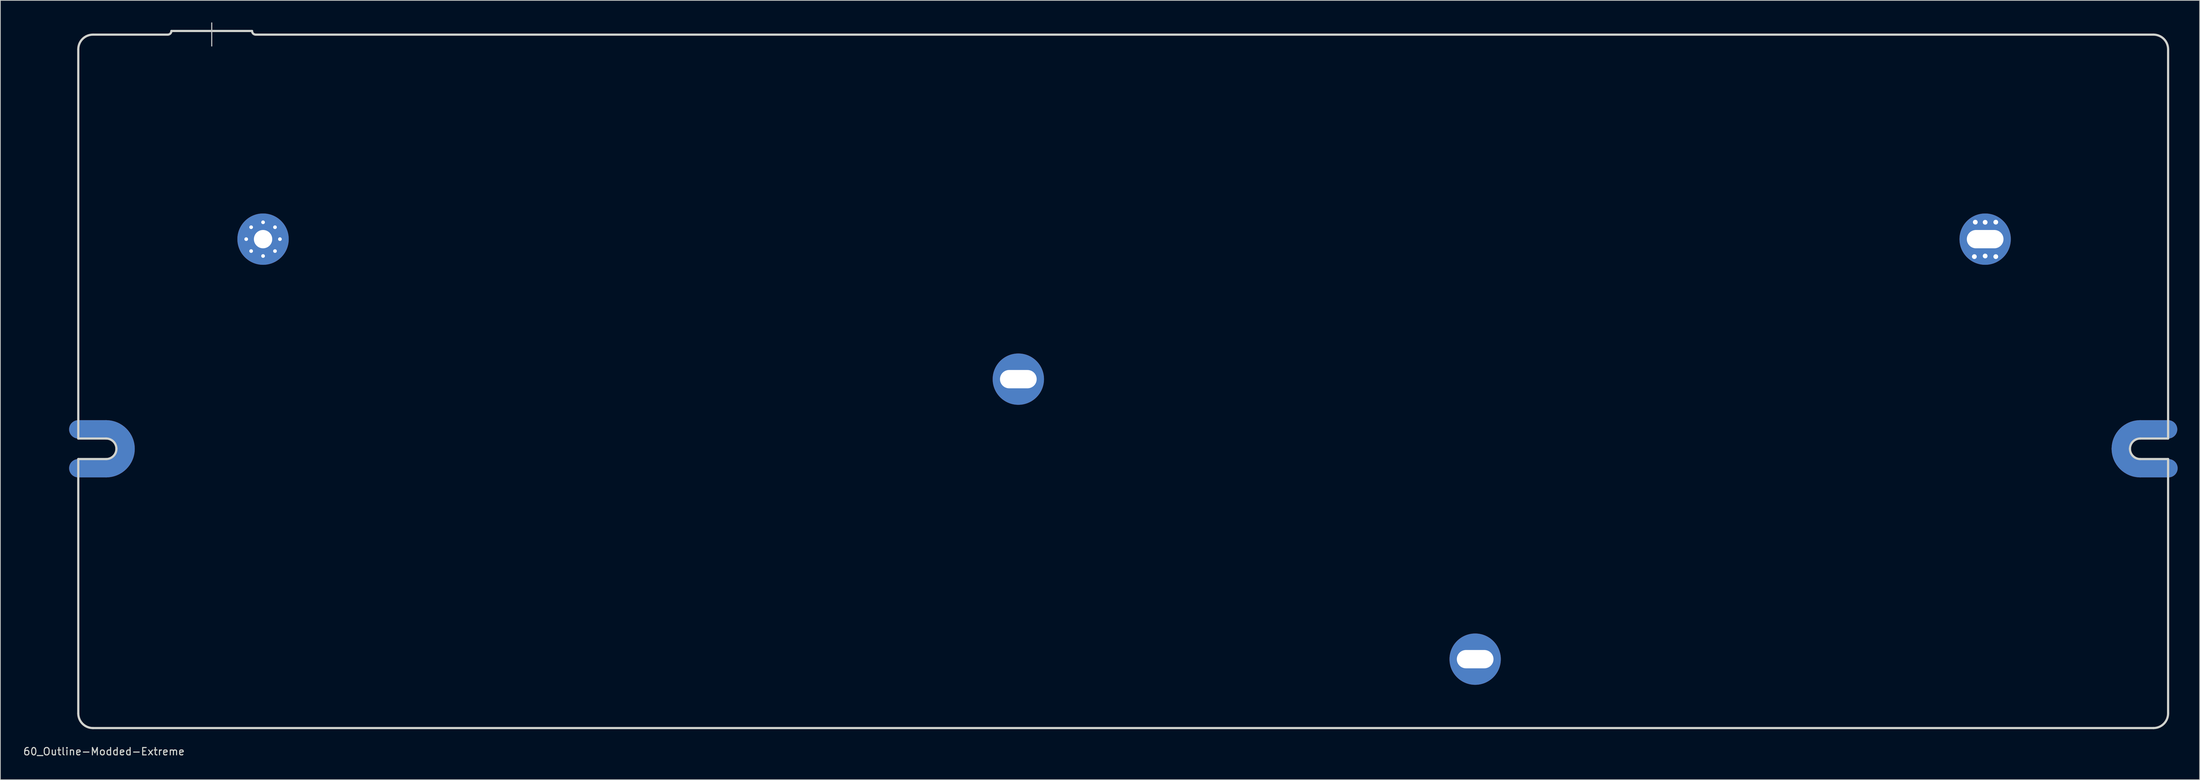
<source format=kicad_pcb>
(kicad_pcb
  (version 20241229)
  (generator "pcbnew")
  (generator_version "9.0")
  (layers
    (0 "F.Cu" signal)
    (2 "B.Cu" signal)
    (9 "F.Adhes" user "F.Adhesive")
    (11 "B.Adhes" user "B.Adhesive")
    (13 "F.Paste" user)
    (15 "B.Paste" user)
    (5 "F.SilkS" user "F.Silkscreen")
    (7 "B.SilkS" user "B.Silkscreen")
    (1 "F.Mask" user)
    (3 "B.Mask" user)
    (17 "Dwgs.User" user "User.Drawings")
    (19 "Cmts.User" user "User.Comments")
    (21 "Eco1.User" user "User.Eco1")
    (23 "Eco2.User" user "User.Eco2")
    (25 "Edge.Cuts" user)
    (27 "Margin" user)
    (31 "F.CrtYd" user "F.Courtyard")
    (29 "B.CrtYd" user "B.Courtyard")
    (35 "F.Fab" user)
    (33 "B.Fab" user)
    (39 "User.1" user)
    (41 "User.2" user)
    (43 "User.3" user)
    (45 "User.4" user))
  (footprint "60_Outline-Modded-Extreme"
    (layer "F.Cu")
    (at 150.125 48.975)
    (property "Reference" "60_Outline-Modded-Extreme" (at -139 50.5 0) (layer "Edge.Cuts") (effects (font (size 1 1) (thickness 0.15))))
    (attr through_hole)
    (fp_line (start -142.5 6.549) (end -138.7 6.549) (stroke (width 2.502) (type solid)) (layer "F.Cu"))
    (fp_line (start -142.5 11.851) (end -138.7 11.851) (stroke (width 2.502) (type solid)) (layer "F.Cu"))
    (fp_line (start 138.7 6.549) (end 142.5 6.549) (stroke (width 2.502) (type solid)) (layer "F.Cu"))
    (fp_line (start 138.7 11.851) (end 142.55 11.851) (stroke (width 2.502) (type solid)) (layer "F.Cu"))
    (fp_arc (start -138.7 6.54905) (mid -136.825495 7.325495) (end -136.04905 9.2) (stroke (width 2.5019) (type solid)) (layer "F.Cu"))
    (fp_arc (start -136.04905 9.2) (mid -136.825495 11.074505) (end -138.7 11.85095) (stroke (width 2.5019) (type solid)) (layer "F.Cu"))
    (fp_arc (start 136.04905 9.2) (mid 136.825495 7.325495) (end 138.7 6.54905) (stroke (width 2.5019) (type solid)) (layer "F.Cu"))
    (fp_arc (start 138.7 11.85095) (mid 136.825495 11.074505) (end 136.04905 9.2) (stroke (width 2.5019) (type solid)) (layer "F.Cu"))
    (fp_line (start -142.5 6.549) (end -138.7 6.549) (stroke (width 2.502) (type solid)) (layer "F.Mask"))
    (fp_line (start -142.5 11.851) (end -138.7 11.851) (stroke (width 2.502) (type solid)) (layer "F.Mask"))
    (fp_line (start 138.7 6.549) (end 142.5 6.549) (stroke (width 2.502) (type solid)) (layer "F.Mask"))
    (fp_line (start 138.7 11.851) (end 142.55 11.851) (stroke (width 2.502) (type solid)) (layer "F.Mask"))
    (fp_arc (start -138.7 6.54905) (mid -136.825495 7.325495) (end -136.04905 9.2) (stroke (width 2.5019) (type solid)) (layer "F.Mask"))
    (fp_arc (start -136.04905 9.2) (mid -136.825495 11.074505) (end -138.7 11.85095) (stroke (width 2.5019) (type solid)) (layer "F.Mask"))
    (fp_arc (start 136.04905 9.2) (mid 136.825495 7.325495) (end 138.7 6.54905) (stroke (width 2.5019) (type solid)) (layer "F.Mask"))
    (fp_arc (start 138.7 11.85095) (mid 136.825495 11.074505) (end 136.04905 9.2) (stroke (width 2.5019) (type solid)) (layer "F.Mask"))
    (fp_line (start -142.5 6.549) (end -138.7 6.549) (stroke (width 2.502) (type solid)) (layer "B.Cu"))
    (fp_line (start -142.5 11.851) (end -138.7 11.851) (stroke (width 2.502) (type solid)) (layer "B.Cu"))
    (fp_line (start 138.7 6.549) (end 142.5 6.549) (stroke (width 2.502) (type solid)) (layer "B.Cu"))
    (fp_line (start 138.7 11.851) (end 142.55 11.851) (stroke (width 2.502) (type solid)) (layer "B.Cu"))
    (fp_arc (start -138.7 6.54905) (mid -136.825495 7.325495) (end -136.04905 9.2) (stroke (width 2.5019) (type solid)) (layer "B.Cu"))
    (fp_arc (start -136.04905 9.2) (mid -136.825495 11.074505) (end -138.7 11.85095) (stroke (width 2.5019) (type solid)) (layer "B.Cu"))
    (fp_arc (start 136.04905 9.2) (mid 136.825495 7.325495) (end 138.7 6.54905) (stroke (width 2.5019) (type solid)) (layer "B.Cu"))
    (fp_arc (start 138.7 11.85095) (mid 136.825495 11.074505) (end 136.04905 9.2) (stroke (width 2.5019) (type solid)) (layer "B.Cu"))
    (fp_line (start -142.5 6.549) (end -138.7 6.549) (stroke (width 2.502) (type solid)) (layer "B.Mask"))
    (fp_line (start -142.5 11.851) (end -138.7 11.851) (stroke (width 2.502) (type solid)) (layer "B.Mask"))
    (fp_line (start 138.7 6.549) (end 142.5 6.549) (stroke (width 2.502) (type solid)) (layer "B.Mask"))
    (fp_line (start 138.7 11.851) (end 142.55 11.851) (stroke (width 2.502) (type solid)) (layer "B.Mask"))
    (fp_arc (start -138.7 6.54905) (mid -136.825495 7.325495) (end -136.04905 9.2) (stroke (width 2.5019) (type solid)) (layer "B.Mask"))
    (fp_arc (start -136.04905 9.2) (mid -136.825495 11.074505) (end -138.7 11.85095) (stroke (width 2.5019) (type solid)) (layer "B.Mask"))
    (fp_arc (start 136.04905 9.2) (mid 136.825495 7.325495) (end 138.7 6.54905) (stroke (width 2.5019) (type solid)) (layer "B.Mask"))
    (fp_arc (start 138.7 11.85095) (mid 136.825495 11.074505) (end 136.04905 9.2) (stroke (width 2.5019) (type solid)) (layer "B.Mask"))
    (fp_line (start -124.3 -48.9) (end -124.3 -45.75) (stroke (width 0.15) (type solid)) (layer "Dwgs.User"))
    (fp_line (start -142.5 7.8) (end -142.5 -45.3) (stroke (width 0.3) (type solid)) (layer "Edge.Cuts"))
    (fp_line (start -142.5 10.6) (end -138.7 10.6) (stroke (width 0.3) (type solid)) (layer "Edge.Cuts"))
    (fp_line (start -142.5 45.3) (end -142.5 10.6) (stroke (width 0.3) (type solid)) (layer "Edge.Cuts"))
    (fp_line (start -140.5 -47.3) (end -130.3 -47.3) (stroke (width 0.3) (type solid)) (layer "Edge.Cuts"))
    (fp_line (start -140.5 47.3) (end 140.5 47.3) (stroke (width 0.3) (type solid)) (layer "Edge.Cuts"))
    (fp_line (start -138.7 7.8) (end -142.5 7.8) (stroke (width 0.3) (type solid)) (layer "Edge.Cuts"))
    (fp_line (start -129.8 -47.8) (end -118.8 -47.8) (stroke (width 0.3) (type solid)) (layer "Edge.Cuts"))
    (fp_line (start 138.7 7.8) (end 142.5 7.8) (stroke (width 0.3) (type solid)) (layer "Edge.Cuts"))
    (fp_line (start 138.7 10.6) (end 142.5 10.6) (stroke (width 0.3) (type solid)) (layer "Edge.Cuts"))
    (fp_line (start 140.5 -47.3) (end -118.3 -47.3) (stroke (width 0.3) (type solid)) (layer "Edge.Cuts"))
    (fp_line (start 142.5 7.8) (end 142.5 -45.3) (stroke (width 0.3) (type solid)) (layer "Edge.Cuts"))
    (fp_line (start 142.5 10.6) (end 142.5 45.3) (stroke (width 0.3) (type solid)) (layer "Edge.Cuts"))
    (fp_arc (start -142.5 -45.3) (mid -141.914214 -46.714214) (end -140.5 -47.3) (stroke (width 0.3) (type solid)) (layer "Edge.Cuts"))
    (fp_arc (start -140.5 47.3) (mid -141.914214 46.714214) (end -142.5 45.3) (stroke (width 0.3) (type solid)) (layer "Edge.Cuts"))
    (fp_arc (start -138.7 7.8) (mid -137.710051 8.210051) (end -137.3 9.2) (stroke (width 0.3) (type solid)) (layer "Edge.Cuts"))
    (fp_arc (start -137.3 9.2) (mid -137.710051 10.189949) (end -138.7 10.6) (stroke (width 0.3) (type solid)) (layer "Edge.Cuts"))
    (fp_arc (start -129.8 -47.8) (mid -129.946447 -47.446447) (end -130.3 -47.3) (stroke (width 0.3) (type solid)) (layer "Edge.Cuts"))
    (fp_arc (start -118.3 -47.3) (mid -118.653553 -47.446447) (end -118.8 -47.8) (stroke (width 0.3) (type solid)) (layer "Edge.Cuts"))
    (fp_arc (start 137.3 9.2) (mid 137.710051 8.210051) (end 138.7 7.8) (stroke (width 0.3) (type solid)) (layer "Edge.Cuts"))
    (fp_arc (start 138.7 10.6) (mid 137.710051 10.189949) (end 137.3 9.2) (stroke (width 0.3) (type solid)) (layer "Edge.Cuts"))
    (fp_arc (start 140.5 -47.3) (mid 141.914214 -46.714214) (end 142.5 -45.3) (stroke (width 0.3) (type solid)) (layer "Edge.Cuts"))
    (fp_arc (start 142.5 45.3) (mid 141.914214 46.714214) (end 140.5 47.3) (stroke (width 0.3) (type solid)) (layer "Edge.Cuts"))
    (pad "1" thru_hole circle (at -119.6 -19.4) (size 1 1) (drill 0.5) (layers "*.Cu" "*.Mask"))
    (pad "1" thru_hole circle (at -118.926 -21.026) (size 1 1) (drill 0.5) (layers "*.Cu" "*.Mask"))
    (pad "1" thru_hole circle (at -118.926 -17.774) (size 1 1) (drill 0.5) (layers "*.Cu" "*.Mask"))
    (pad "1" thru_hole circle (at -117.3 -21.7) (size 1 1) (drill 0.5) (layers "*.Cu" "*.Mask"))
    (pad "1" thru_hole circle (at -117.3 -19.4) (size 7.001 7.001) (drill 2.499) (layers "*.Cu" "*.Mask"))
    (pad "1" thru_hole circle (at -117.3 -17.1) (size 1 1) (drill 0.5) (layers "*.Cu" "*.Mask"))
    (pad "1" thru_hole circle (at -115.674 -21.026) (size 1 1) (drill 0.5) (layers "*.Cu" "*.Mask"))
    (pad "1" thru_hole circle (at -115.674 -17.774) (size 1 1) (drill 0.5) (layers "*.Cu" "*.Mask"))
    (pad "1" thru_hole circle (at -115 -19.4) (size 1 1) (drill 0.5) (layers "*.Cu" "*.Mask"))
    (pad "1" thru_hole circle (at -14.3 -0.3) (size 7 7) (drill oval 5.001 2.499) (layers "*.Cu" "*.Mask"))
    (pad "1" thru_hole circle (at 48 37.9) (size 7 7) (drill oval 5.001 2.499) (layers "*.Cu" "*.Mask"))
    (pad "1" thru_hole circle (at 117.55 -21.7) (size 1 1) (drill 0.65) (layers "*.Cu" "*.Mask"))
    (pad "1" thru_hole circle (at 117.55 -19.4) (size 7 7) (drill oval 5.001 2.499) (layers "*.Cu" "*.Mask"))
    (pad "1" thru_hole circle (at 117.55 -17.1) (size 1 1) (drill 0.65) (layers "*.Cu" "*.Mask"))
    (pad "3" thru_hole circle (at 118.999 -17.018) (size 1 1) (drill 0.65) (layers "*.Cu" "*.Mask"))
    (pad "4" thru_hole circle (at 116.078 -17.018) (size 1 1) (drill 0.65) (layers "*.Cu" "*.Mask"))
    (pad "5" thru_hole circle (at 116.205 -21.717) (size 1 1) (drill 0.65) (layers "*.Cu" "*.Mask"))
    (pad "6" thru_hole circle (at 118.999 -21.717) (size 1 1) (drill 0.65) (layers "*.Cu" "*.Mask")))
  (gr_rect
    (start -3 -3)
    (end 296.926 103.323)
    (stroke (width 0.1) (type default))
    (fill no)
    (layer "Edge.Cuts")))
</source>
